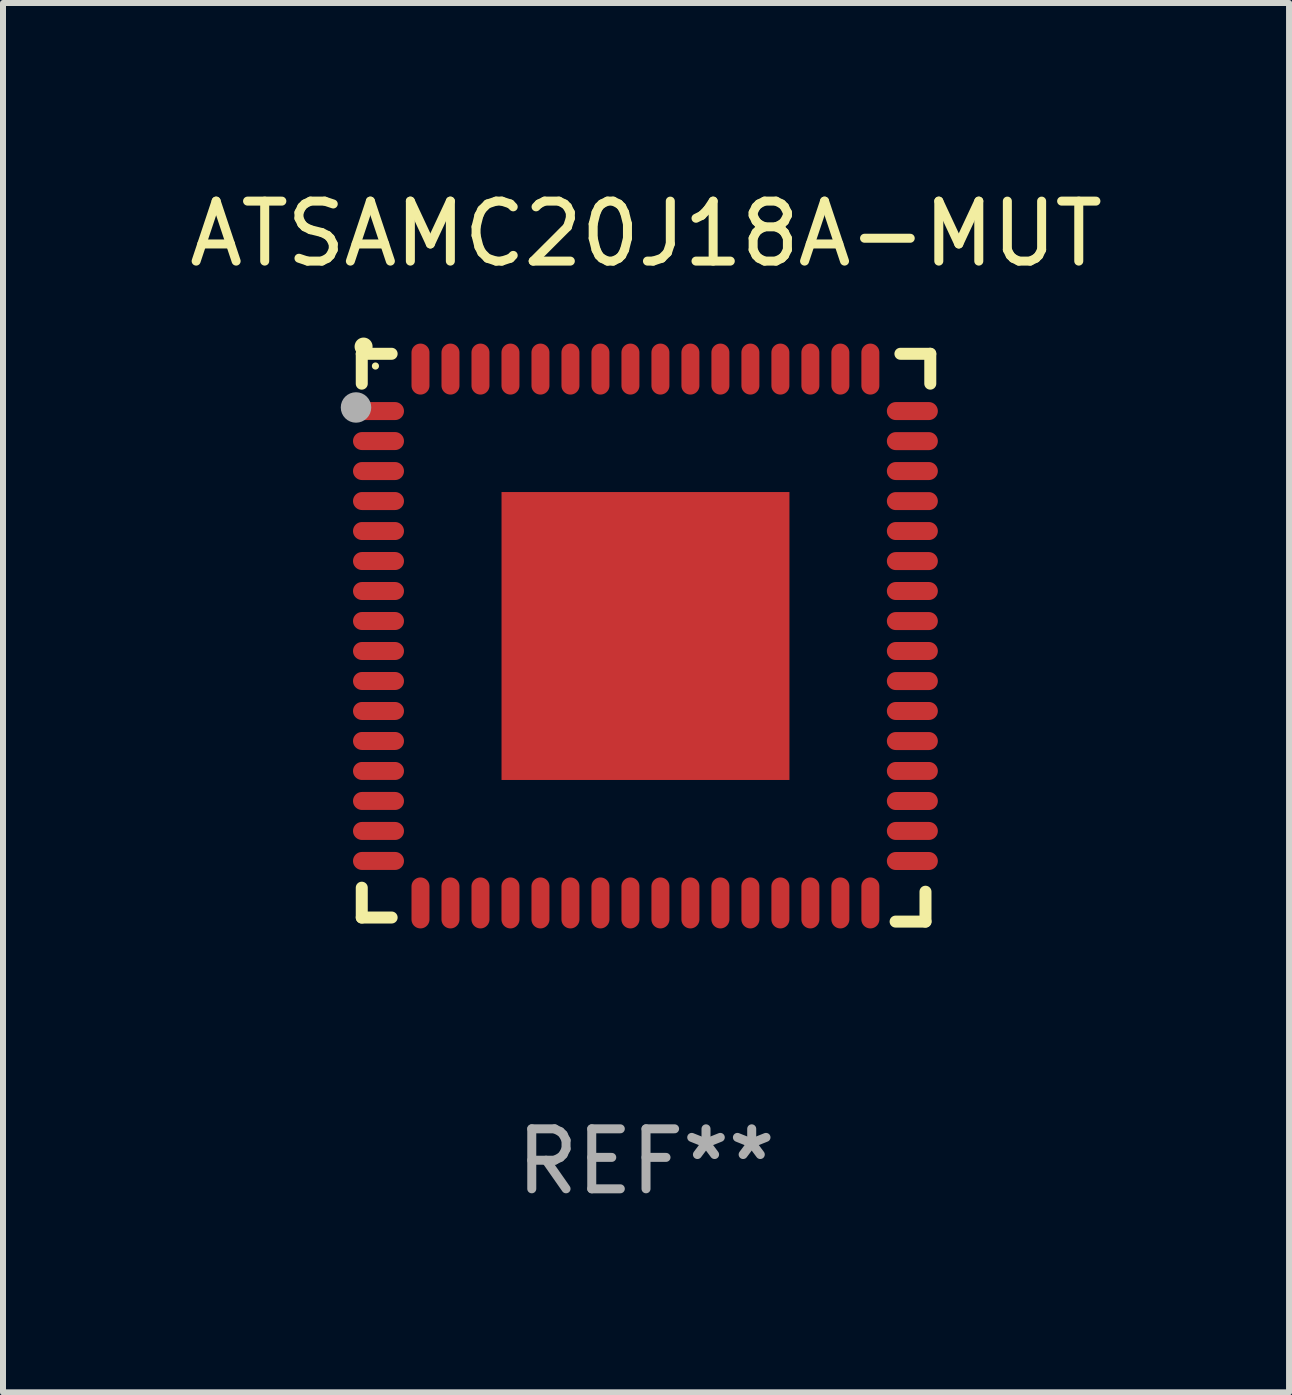
<source format=kicad_pcb>
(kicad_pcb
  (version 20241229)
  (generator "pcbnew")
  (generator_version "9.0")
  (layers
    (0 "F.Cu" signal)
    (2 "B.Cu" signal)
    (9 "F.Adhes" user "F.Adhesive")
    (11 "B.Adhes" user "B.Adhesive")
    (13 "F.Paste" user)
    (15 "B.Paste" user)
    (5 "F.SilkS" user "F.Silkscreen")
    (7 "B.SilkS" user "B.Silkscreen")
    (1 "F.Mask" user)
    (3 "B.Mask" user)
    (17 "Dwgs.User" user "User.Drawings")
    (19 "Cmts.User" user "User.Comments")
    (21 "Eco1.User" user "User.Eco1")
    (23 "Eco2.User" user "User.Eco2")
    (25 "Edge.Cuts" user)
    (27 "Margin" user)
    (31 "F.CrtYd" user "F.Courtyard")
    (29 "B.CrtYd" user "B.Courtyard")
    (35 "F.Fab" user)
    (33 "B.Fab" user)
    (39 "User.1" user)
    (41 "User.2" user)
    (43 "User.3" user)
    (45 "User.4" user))
  (footprint "ATSAMC20J18A-MUT"
    (layer "F.Cu")
    (at 7.72 7.581)
    (property "Reference" "ATSAMC20J18A-MUT" (at 0 -6.733 0) (layer "F.SilkS") (effects (font (size 1 1) (thickness 0.15))))
    (attr through_hole)
    (fp_line (start -4.739 -4.733) (end -4.241 -4.733) (stroke (width 0.2) (type solid)) (layer "F.SilkS"))
    (fp_line (start -4.739 -4.235) (end -4.739 -4.733) (stroke (width 0.2) (type solid)) (layer "F.SilkS"))
    (fp_line (start -4.739 4.168) (end -4.739 4.665) (stroke (width 0.2) (type solid)) (layer "F.SilkS"))
    (fp_line (start -4.739 4.665) (end -4.241 4.665) (stroke (width 0.2) (type solid)) (layer "F.SilkS"))
    (fp_line (start 4.161 4.733) (end 4.659 4.733) (stroke (width 0.2) (type solid)) (layer "F.SilkS"))
    (fp_line (start 4.241 -4.733) (end 4.739 -4.733) (stroke (width 0.2) (type solid)) (layer "F.SilkS"))
    (fp_line (start 4.659 4.733) (end 4.659 4.235) (stroke (width 0.2) (type solid)) (layer "F.SilkS"))
    (fp_line (start 4.739 -4.733) (end 4.739 -4.235) (stroke (width 0.2) (type solid)) (layer "F.SilkS"))
    (fp_arc (start -4.708623 -4.85108) (mid -4.708628 -4.85235) (end -4.708623 -4.85362) (stroke (width 0.3) (type solid)) (layer "F.SilkS"))
    (fp_circle (center -4.511 -4.529) (end -4.481 -4.529) (stroke (width 0.06) (type solid)) (fill no) (layer "F.SilkS"))
    (fp_circle (center -4.835 -3.838) (end -4.708 -3.838) (stroke (width 0.254) (type solid)) (fill no) (layer "F.Fab"))
    (fp_text user "REF**" (at 0 8.733 0) (layer "F.Fab") (effects (font (size 1 1) (thickness 0.15))))
    (pad "1" smd oval (at -4.46 -3.778) (size 0.85 0.3) (layers "F.Cu" "F.Mask" "F.Paste"))
    (pad "2" smd oval (at -4.46 -3.278) (size 0.85 0.3) (layers "F.Cu" "F.Mask" "F.Paste"))
    (pad "3" smd oval (at -4.46 -2.778) (size 0.85 0.3) (layers "F.Cu" "F.Mask" "F.Paste"))
    (pad "4" smd oval (at -4.46 -2.278) (size 0.85 0.3) (layers "F.Cu" "F.Mask" "F.Paste"))
    (pad "5" smd oval (at -4.46 -1.778) (size 0.85 0.3) (layers "F.Cu" "F.Mask" "F.Paste"))
    (pad "6" smd oval (at -4.46 -1.278) (size 0.85 0.3) (layers "F.Cu" "F.Mask" "F.Paste"))
    (pad "7" smd oval (at -4.46 -0.778) (size 0.85 0.3) (layers "F.Cu" "F.Mask" "F.Paste"))
    (pad "8" smd oval (at -4.46 -0.278) (size 0.85 0.3) (layers "F.Cu" "F.Mask" "F.Paste"))
    (pad "9" smd oval (at -4.46 0.222) (size 0.85 0.3) (layers "F.Cu" "F.Mask" "F.Paste"))
    (pad "10" smd oval (at -4.46 0.722) (size 0.85 0.3) (layers "F.Cu" "F.Mask" "F.Paste"))
    (pad "11" smd oval (at -4.46 1.222) (size 0.85 0.3) (layers "F.Cu" "F.Mask" "F.Paste"))
    (pad "12" smd oval (at -4.46 1.722) (size 0.85 0.3) (layers "F.Cu" "F.Mask" "F.Paste"))
    (pad "13" smd oval (at -4.46 2.222) (size 0.85 0.3) (layers "F.Cu" "F.Mask" "F.Paste"))
    (pad "14" smd oval (at -4.46 2.722) (size 0.85 0.3) (layers "F.Cu" "F.Mask" "F.Paste"))
    (pad "15" smd oval (at -4.46 3.222) (size 0.85 0.3) (layers "F.Cu" "F.Mask" "F.Paste"))
    (pad "16" smd oval (at -4.46 3.722) (size 0.85 0.3) (layers "F.Cu" "F.Mask" "F.Paste"))
    (pad "17" smd oval (at -3.76 4.422) (size 0.3 0.85) (layers "F.Cu" "F.Mask" "F.Paste"))
    (pad "18" smd oval (at -3.26 4.422) (size 0.3 0.85) (layers "F.Cu" "F.Mask" "F.Paste"))
    (pad "19" smd oval (at -2.76 4.422) (size 0.3 0.85) (layers "F.Cu" "F.Mask" "F.Paste"))
    (pad "20" smd oval (at -2.26 4.422) (size 0.3 0.85) (layers "F.Cu" "F.Mask" "F.Paste"))
    (pad "21" smd oval (at -1.76 4.422) (size 0.3 0.85) (layers "F.Cu" "F.Mask" "F.Paste"))
    (pad "22" smd oval (at -1.26 4.422) (size 0.3 0.85) (layers "F.Cu" "F.Mask" "F.Paste"))
    (pad "23" smd oval (at -0.76 4.422) (size 0.3 0.85) (layers "F.Cu" "F.Mask" "F.Paste"))
    (pad "24" smd oval (at -0.26 4.422) (size 0.3 0.85) (layers "F.Cu" "F.Mask" "F.Paste"))
    (pad "25" smd oval (at 0.24 4.422) (size 0.3 0.85) (layers "F.Cu" "F.Mask" "F.Paste"))
    (pad "26" smd oval (at 0.74 4.422) (size 0.3 0.85) (layers "F.Cu" "F.Mask" "F.Paste"))
    (pad "27" smd oval (at 1.24 4.422) (size 0.3 0.85) (layers "F.Cu" "F.Mask" "F.Paste"))
    (pad "28" smd oval (at 1.74 4.422) (size 0.3 0.85) (layers "F.Cu" "F.Mask" "F.Paste"))
    (pad "29" smd oval (at 2.24 4.422) (size 0.3 0.85) (layers "F.Cu" "F.Mask" "F.Paste"))
    (pad "30" smd oval (at 2.74 4.422) (size 0.3 0.85) (layers "F.Cu" "F.Mask" "F.Paste"))
    (pad "31" smd oval (at 3.24 4.422) (size 0.3 0.85) (layers "F.Cu" "F.Mask" "F.Paste"))
    (pad "32" smd oval (at 3.74 4.422) (size 0.3 0.85) (layers "F.Cu" "F.Mask" "F.Paste"))
    (pad "33" smd oval (at 4.44 3.723) (size 0.85 0.3) (layers "F.Cu" "F.Mask" "F.Paste"))
    (pad "34" smd oval (at 4.44 3.222) (size 0.85 0.3) (layers "F.Cu" "F.Mask" "F.Paste"))
    (pad "35" smd oval (at 4.44 2.723) (size 0.85 0.3) (layers "F.Cu" "F.Mask" "F.Paste"))
    (pad "36" smd oval (at 4.44 2.222) (size 0.85 0.3) (layers "F.Cu" "F.Mask" "F.Paste"))
    (pad "37" smd oval (at 4.44 1.723) (size 0.85 0.3) (layers "F.Cu" "F.Mask" "F.Paste"))
    (pad "38" smd oval (at 4.44 1.222) (size 0.85 0.3) (layers "F.Cu" "F.Mask" "F.Paste"))
    (pad "39" smd oval (at 4.44 0.723) (size 0.85 0.3) (layers "F.Cu" "F.Mask" "F.Paste"))
    (pad "40" smd oval (at 4.44 0.222) (size 0.85 0.3) (layers "F.Cu" "F.Mask" "F.Paste"))
    (pad "41" smd oval (at 4.44 -0.277) (size 0.85 0.3) (layers "F.Cu" "F.Mask" "F.Paste"))
    (pad "42" smd oval (at 4.44 -0.778) (size 0.85 0.3) (layers "F.Cu" "F.Mask" "F.Paste"))
    (pad "43" smd oval (at 4.44 -1.277) (size 0.85 0.3) (layers "F.Cu" "F.Mask" "F.Paste"))
    (pad "44" smd oval (at 4.44 -1.778) (size 0.85 0.3) (layers "F.Cu" "F.Mask" "F.Paste"))
    (pad "45" smd oval (at 4.44 -2.277) (size 0.85 0.3) (layers "F.Cu" "F.Mask" "F.Paste"))
    (pad "46" smd oval (at 4.44 -2.778) (size 0.85 0.3) (layers "F.Cu" "F.Mask" "F.Paste"))
    (pad "47" smd oval (at 4.44 -3.277) (size 0.85 0.3) (layers "F.Cu" "F.Mask" "F.Paste"))
    (pad "48" smd oval (at 4.44 -3.778) (size 0.85 0.3) (layers "F.Cu" "F.Mask" "F.Paste"))
    (pad "49" smd oval (at 3.74 -4.478) (size 0.3 0.85) (layers "F.Cu" "F.Mask" "F.Paste"))
    (pad "50" smd oval (at 3.24 -4.478) (size 0.3 0.85) (layers "F.Cu" "F.Mask" "F.Paste"))
    (pad "51" smd oval (at 2.74 -4.478) (size 0.3 0.85) (layers "F.Cu" "F.Mask" "F.Paste"))
    (pad "52" smd oval (at 2.24 -4.478) (size 0.3 0.85) (layers "F.Cu" "F.Mask" "F.Paste"))
    (pad "53" smd oval (at 1.74 -4.478) (size 0.3 0.85) (layers "F.Cu" "F.Mask" "F.Paste"))
    (pad "54" smd oval (at 1.24 -4.478) (size 0.3 0.85) (layers "F.Cu" "F.Mask" "F.Paste"))
    (pad "55" smd oval (at 0.74 -4.478) (size 0.3 0.85) (layers "F.Cu" "F.Mask" "F.Paste"))
    (pad "56" smd oval (at 0.24 -4.478) (size 0.3 0.85) (layers "F.Cu" "F.Mask" "F.Paste"))
    (pad "57" smd oval (at -0.26 -4.478) (size 0.3 0.85) (layers "F.Cu" "F.Mask" "F.Paste"))
    (pad "58" smd oval (at -0.76 -4.478) (size 0.3 0.85) (layers "F.Cu" "F.Mask" "F.Paste"))
    (pad "59" smd oval (at -1.26 -4.478) (size 0.3 0.85) (layers "F.Cu" "F.Mask" "F.Paste"))
    (pad "60" smd oval (at -1.76 -4.478) (size 0.3 0.85) (layers "F.Cu" "F.Mask" "F.Paste"))
    (pad "61" smd oval (at -2.26 -4.478) (size 0.3 0.85) (layers "F.Cu" "F.Mask" "F.Paste"))
    (pad "62" smd oval (at -2.76 -4.478) (size 0.3 0.85) (layers "F.Cu" "F.Mask" "F.Paste"))
    (pad "63" smd oval (at -3.26 -4.478) (size 0.3 0.85) (layers "F.Cu" "F.Mask" "F.Paste"))
    (pad "64" smd oval (at -3.76 -4.478) (size 0.3 0.85) (layers "F.Cu" "F.Mask" "F.Paste"))
    (pad "65" smd rect (at -0.009 -0.028 90) (size 4.8 4.8) (layers "F.Cu" "F.Mask" "F.Paste")))
  (gr_rect
    (start -3 -3)
    (end 18.44 20.162)
    (stroke (width 0.1) (type default))
    (fill no)
    (layer "Edge.Cuts")))
</source>
